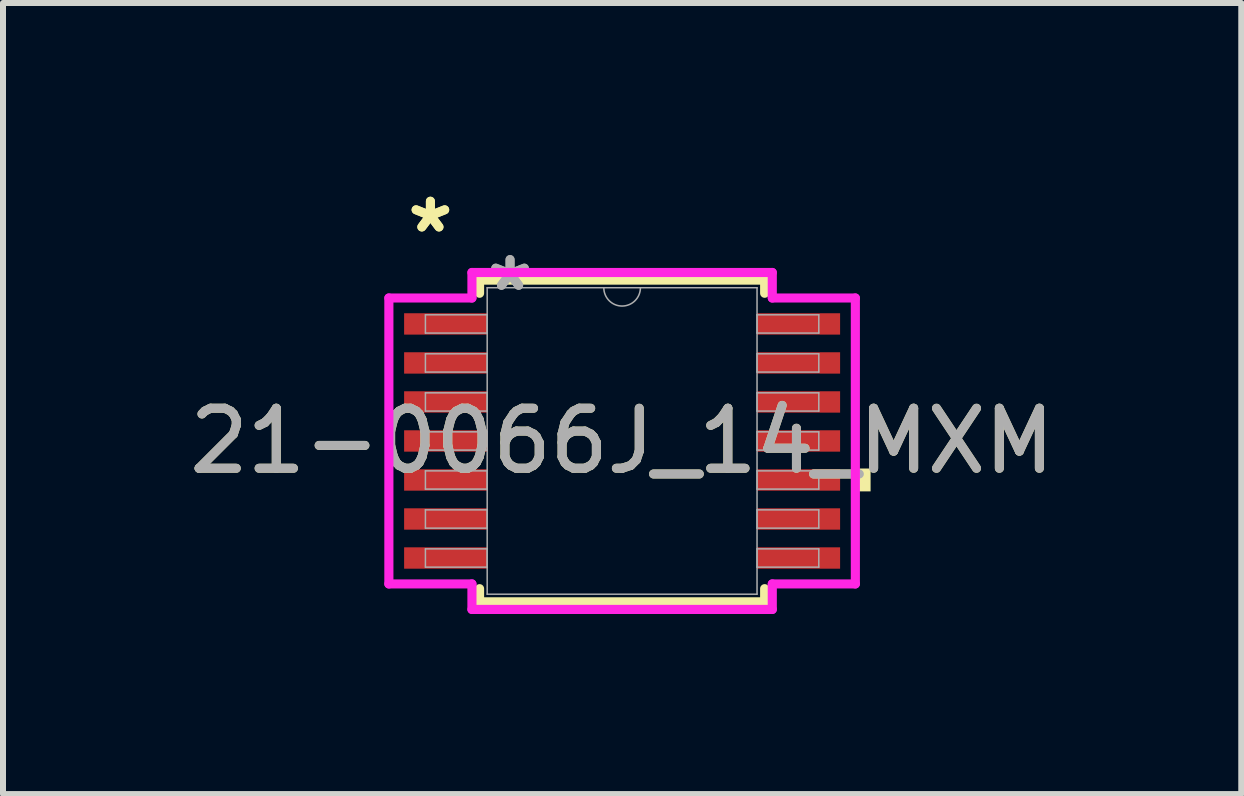
<source format=kicad_pcb>
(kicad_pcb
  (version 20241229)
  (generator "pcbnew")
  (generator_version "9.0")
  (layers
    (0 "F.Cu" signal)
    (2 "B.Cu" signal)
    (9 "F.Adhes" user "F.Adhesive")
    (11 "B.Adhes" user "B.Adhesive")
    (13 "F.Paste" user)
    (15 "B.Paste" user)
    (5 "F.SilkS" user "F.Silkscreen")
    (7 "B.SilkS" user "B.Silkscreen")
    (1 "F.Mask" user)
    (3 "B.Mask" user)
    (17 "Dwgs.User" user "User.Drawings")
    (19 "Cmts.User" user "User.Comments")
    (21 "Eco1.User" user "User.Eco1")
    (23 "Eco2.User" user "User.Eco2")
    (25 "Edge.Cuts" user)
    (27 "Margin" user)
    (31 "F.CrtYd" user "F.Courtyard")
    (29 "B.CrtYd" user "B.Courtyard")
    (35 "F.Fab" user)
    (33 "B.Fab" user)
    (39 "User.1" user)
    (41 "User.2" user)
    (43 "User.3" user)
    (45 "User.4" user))
  (footprint "21-0066J_14_MXM"
    (layer "F.Cu")
    (at 7.315 4.297)
    (property "Reference" "21-0066J_14_MXM" (at 0 0 0) (unlocked yes) (layer "F.SilkS") (effects (font (size 1 1) (thickness 0.15))))
    (attr smd)
    (fp_line (start -2.375 -2.68) (end -2.375 -2.461) (stroke (width 0.152) (type solid)) (layer "F.SilkS"))
    (fp_line (start -2.375 2.461) (end -2.375 2.68) (stroke (width 0.152) (type solid)) (layer "F.SilkS"))
    (fp_line (start -2.375 2.68) (end 2.375 2.68) (stroke (width 0.152) (type solid)) (layer "F.SilkS"))
    (fp_line (start 2.375 -2.68) (end -2.375 -2.68) (stroke (width 0.152) (type solid)) (layer "F.SilkS"))
    (fp_line (start 2.375 -2.461) (end 2.375 -2.68) (stroke (width 0.152) (type solid)) (layer "F.SilkS"))
    (fp_line (start 2.375 2.68) (end 2.375 2.461) (stroke (width 0.152) (type solid)) (layer "F.SilkS"))
    (fp_poly (pts (xy 4.14 0.459) (xy 4.14 0.84) (xy 3.886 0.84) (xy 3.886 0.459)) (stroke (width 0) (type solid)) (fill yes) (layer "F.SilkS"))
    (fp_line (start -3.886 -2.382) (end -2.502 -2.382) (stroke (width 0.152) (type solid)) (layer "F.CrtYd"))
    (fp_line (start -3.886 2.382) (end -3.886 -2.382) (stroke (width 0.152) (type solid)) (layer "F.CrtYd"))
    (fp_line (start -3.886 2.382) (end -2.502 2.382) (stroke (width 0.152) (type solid)) (layer "F.CrtYd"))
    (fp_line (start -2.502 -2.807) (end 2.502 -2.807) (stroke (width 0.152) (type solid)) (layer "F.CrtYd"))
    (fp_line (start -2.502 -2.382) (end -2.502 -2.807) (stroke (width 0.152) (type solid)) (layer "F.CrtYd"))
    (fp_line (start -2.502 2.807) (end -2.502 2.382) (stroke (width 0.152) (type solid)) (layer "F.CrtYd"))
    (fp_line (start 2.502 -2.807) (end 2.502 -2.382) (stroke (width 0.152) (type solid)) (layer "F.CrtYd"))
    (fp_line (start 2.502 2.382) (end 2.502 2.807) (stroke (width 0.152) (type solid)) (layer "F.CrtYd"))
    (fp_line (start 2.502 2.807) (end -2.502 2.807) (stroke (width 0.152) (type solid)) (layer "F.CrtYd"))
    (fp_line (start 3.886 -2.382) (end 2.502 -2.382) (stroke (width 0.152) (type solid)) (layer "F.CrtYd"))
    (fp_line (start 3.886 -2.382) (end 3.886 2.382) (stroke (width 0.152) (type solid)) (layer "F.CrtYd"))
    (fp_line (start 3.886 2.382) (end 2.502 2.382) (stroke (width 0.152) (type solid)) (layer "F.CrtYd"))
    (fp_line (start -3.277 -2.102) (end -3.277 -1.798) (stroke (width 0.025) (type solid)) (layer "F.Fab"))
    (fp_line (start -3.277 -1.798) (end -2.248 -1.798) (stroke (width 0.025) (type solid)) (layer "F.Fab"))
    (fp_line (start -3.277 -1.452) (end -3.277 -1.148) (stroke (width 0.025) (type solid)) (layer "F.Fab"))
    (fp_line (start -3.277 -1.148) (end -2.248 -1.148) (stroke (width 0.025) (type solid)) (layer "F.Fab"))
    (fp_line (start -3.277 -0.802) (end -3.277 -0.498) (stroke (width 0.025) (type solid)) (layer "F.Fab"))
    (fp_line (start -3.277 -0.498) (end -2.248 -0.498) (stroke (width 0.025) (type solid)) (layer "F.Fab"))
    (fp_line (start -3.277 -0.152) (end -3.277 0.152) (stroke (width 0.025) (type solid)) (layer "F.Fab"))
    (fp_line (start -3.277 0.152) (end -2.248 0.152) (stroke (width 0.025) (type solid)) (layer "F.Fab"))
    (fp_line (start -3.277 0.498) (end -3.277 0.802) (stroke (width 0.025) (type solid)) (layer "F.Fab"))
    (fp_line (start -3.277 0.802) (end -2.248 0.802) (stroke (width 0.025) (type solid)) (layer "F.Fab"))
    (fp_line (start -3.277 1.148) (end -3.277 1.452) (stroke (width 0.025) (type solid)) (layer "F.Fab"))
    (fp_line (start -3.277 1.452) (end -2.248 1.452) (stroke (width 0.025) (type solid)) (layer "F.Fab"))
    (fp_line (start -3.277 1.798) (end -3.277 2.102) (stroke (width 0.025) (type solid)) (layer "F.Fab"))
    (fp_line (start -3.277 2.102) (end -2.248 2.102) (stroke (width 0.025) (type solid)) (layer "F.Fab"))
    (fp_line (start -2.248 -2.553) (end -2.248 2.553) (stroke (width 0.025) (type solid)) (layer "F.Fab"))
    (fp_line (start -2.248 -2.102) (end -3.277 -2.102) (stroke (width 0.025) (type solid)) (layer "F.Fab"))
    (fp_line (start -2.248 -1.798) (end -2.248 -2.102) (stroke (width 0.025) (type solid)) (layer "F.Fab"))
    (fp_line (start -2.248 -1.452) (end -3.277 -1.452) (stroke (width 0.025) (type solid)) (layer "F.Fab"))
    (fp_line (start -2.248 -1.148) (end -2.248 -1.452) (stroke (width 0.025) (type solid)) (layer "F.Fab"))
    (fp_line (start -2.248 -0.802) (end -3.277 -0.802) (stroke (width 0.025) (type solid)) (layer "F.Fab"))
    (fp_line (start -2.248 -0.498) (end -2.248 -0.802) (stroke (width 0.025) (type solid)) (layer "F.Fab"))
    (fp_line (start -2.248 -0.152) (end -3.277 -0.152) (stroke (width 0.025) (type solid)) (layer "F.Fab"))
    (fp_line (start -2.248 0.152) (end -2.248 -0.152) (stroke (width 0.025) (type solid)) (layer "F.Fab"))
    (fp_line (start -2.248 0.498) (end -3.277 0.498) (stroke (width 0.025) (type solid)) (layer "F.Fab"))
    (fp_line (start -2.248 0.802) (end -2.248 0.498) (stroke (width 0.025) (type solid)) (layer "F.Fab"))
    (fp_line (start -2.248 1.148) (end -3.277 1.148) (stroke (width 0.025) (type solid)) (layer "F.Fab"))
    (fp_line (start -2.248 1.452) (end -2.248 1.148) (stroke (width 0.025) (type solid)) (layer "F.Fab"))
    (fp_line (start -2.248 1.798) (end -3.277 1.798) (stroke (width 0.025) (type solid)) (layer "F.Fab"))
    (fp_line (start -2.248 2.102) (end -2.248 1.798) (stroke (width 0.025) (type solid)) (layer "F.Fab"))
    (fp_line (start -2.248 2.553) (end 2.248 2.553) (stroke (width 0.025) (type solid)) (layer "F.Fab"))
    (fp_line (start 2.248 -2.553) (end -2.248 -2.553) (stroke (width 0.025) (type solid)) (layer "F.Fab"))
    (fp_line (start 2.248 -2.102) (end 2.248 -1.798) (stroke (width 0.025) (type solid)) (layer "F.Fab"))
    (fp_line (start 2.248 -1.798) (end 3.277 -1.798) (stroke (width 0.025) (type solid)) (layer "F.Fab"))
    (fp_line (start 2.248 -1.452) (end 2.248 -1.148) (stroke (width 0.025) (type solid)) (layer "F.Fab"))
    (fp_line (start 2.248 -1.148) (end 3.277 -1.148) (stroke (width 0.025) (type solid)) (layer "F.Fab"))
    (fp_line (start 2.248 -0.802) (end 2.248 -0.498) (stroke (width 0.025) (type solid)) (layer "F.Fab"))
    (fp_line (start 2.248 -0.498) (end 3.277 -0.498) (stroke (width 0.025) (type solid)) (layer "F.Fab"))
    (fp_line (start 2.248 -0.152) (end 2.248 0.152) (stroke (width 0.025) (type solid)) (layer "F.Fab"))
    (fp_line (start 2.248 0.152) (end 3.277 0.152) (stroke (width 0.025) (type solid)) (layer "F.Fab"))
    (fp_line (start 2.248 0.498) (end 2.248 0.802) (stroke (width 0.025) (type solid)) (layer "F.Fab"))
    (fp_line (start 2.248 0.802) (end 3.277 0.802) (stroke (width 0.025) (type solid)) (layer "F.Fab"))
    (fp_line (start 2.248 1.148) (end 2.248 1.452) (stroke (width 0.025) (type solid)) (layer "F.Fab"))
    (fp_line (start 2.248 1.452) (end 3.277 1.452) (stroke (width 0.025) (type solid)) (layer "F.Fab"))
    (fp_line (start 2.248 1.798) (end 2.248 2.102) (stroke (width 0.025) (type solid)) (layer "F.Fab"))
    (fp_line (start 2.248 2.102) (end 3.277 2.102) (stroke (width 0.025) (type solid)) (layer "F.Fab"))
    (fp_line (start 2.248 2.553) (end 2.248 -2.553) (stroke (width 0.025) (type solid)) (layer "F.Fab"))
    (fp_line (start 3.277 -2.102) (end 2.248 -2.102) (stroke (width 0.025) (type solid)) (layer "F.Fab"))
    (fp_line (start 3.277 -1.798) (end 3.277 -2.102) (stroke (width 0.025) (type solid)) (layer "F.Fab"))
    (fp_line (start 3.277 -1.452) (end 2.248 -1.452) (stroke (width 0.025) (type solid)) (layer "F.Fab"))
    (fp_line (start 3.277 -1.148) (end 3.277 -1.452) (stroke (width 0.025) (type solid)) (layer "F.Fab"))
    (fp_line (start 3.277 -0.802) (end 2.248 -0.802) (stroke (width 0.025) (type solid)) (layer "F.Fab"))
    (fp_line (start 3.277 -0.498) (end 3.277 -0.802) (stroke (width 0.025) (type solid)) (layer "F.Fab"))
    (fp_line (start 3.277 -0.152) (end 2.248 -0.152) (stroke (width 0.025) (type solid)) (layer "F.Fab"))
    (fp_line (start 3.277 0.152) (end 3.277 -0.152) (stroke (width 0.025) (type solid)) (layer "F.Fab"))
    (fp_line (start 3.277 0.498) (end 2.248 0.498) (stroke (width 0.025) (type solid)) (layer "F.Fab"))
    (fp_line (start 3.277 0.802) (end 3.277 0.498) (stroke (width 0.025) (type solid)) (layer "F.Fab"))
    (fp_line (start 3.277 1.148) (end 2.248 1.148) (stroke (width 0.025) (type solid)) (layer "F.Fab"))
    (fp_line (start 3.277 1.452) (end 3.277 1.148) (stroke (width 0.025) (type solid)) (layer "F.Fab"))
    (fp_line (start 3.277 1.798) (end 2.248 1.798) (stroke (width 0.025) (type solid)) (layer "F.Fab"))
    (fp_line (start 3.277 2.102) (end 3.277 1.798) (stroke (width 0.025) (type solid)) (layer "F.Fab"))
    (fp_arc (start 0.3048 -2.5527) (mid 0 -2.2479) (end -0.3048 -2.5527) (stroke (width 0.0254) (type solid)) (layer "F.Fab"))
    (fp_text user "*" (at -3.194 -3.449 0) (unlocked yes) (layer "F.SilkS") (effects (font (size 1 1) (thickness 0.15))))
    (fp_text user "*" (at -3.194 -3.449 0) (layer "F.SilkS") (effects (font (size 1 1) (thickness 0.15))))
    (fp_text user "*" (at -1.867 -2.477 0) (unlocked yes) (layer "F.Fab") (effects (font (size 1 1) (thickness 0.15))))
    (fp_text user "*" (at -1.867 -2.477 0) (layer "F.Fab") (effects (font (size 1 1) (thickness 0.15))))
    (fp_text user "${REFERENCE}" (at 0 0 0) (unlocked yes) (layer "F.Fab") (effects (font (size 1 1) (thickness 0.15))))
    (pad "1" smd rect (at -2.94 -1.95) (size 1.384 0.356) (layers "F.Cu" "F.Mask" "F.Paste"))
    (pad "2" smd rect (at -2.94 -1.3) (size 1.384 0.356) (layers "F.Cu" "F.Mask" "F.Paste"))
    (pad "3" smd rect (at -2.94 -0.65) (size 1.384 0.356) (layers "F.Cu" "F.Mask" "F.Paste"))
    (pad "4" smd rect (at -2.94 0) (size 1.384 0.356) (layers "F.Cu" "F.Mask" "F.Paste"))
    (pad "5" smd rect (at -2.94 0.65) (size 1.384 0.356) (layers "F.Cu" "F.Mask" "F.Paste"))
    (pad "6" smd rect (at -2.94 1.3) (size 1.384 0.356) (layers "F.Cu" "F.Mask" "F.Paste"))
    (pad "7" smd rect (at -2.94 1.95) (size 1.384 0.356) (layers "F.Cu" "F.Mask" "F.Paste"))
    (pad "8" smd rect (at 2.94 1.95) (size 1.384 0.356) (layers "F.Cu" "F.Mask" "F.Paste"))
    (pad "9" smd rect (at 2.94 1.3) (size 1.384 0.356) (layers "F.Cu" "F.Mask" "F.Paste"))
    (pad "10" smd rect (at 2.94 0.65) (size 1.384 0.356) (layers "F.Cu" "F.Mask" "F.Paste"))
    (pad "11" smd rect (at 2.94 0) (size 1.384 0.356) (layers "F.Cu" "F.Mask" "F.Paste"))
    (pad "12" smd rect (at 2.94 -0.65) (size 1.384 0.356) (layers "F.Cu" "F.Mask" "F.Paste"))
    (pad "13" smd rect (at 2.94 -1.3) (size 1.384 0.356) (layers "F.Cu" "F.Mask" "F.Paste"))
    (pad "14" smd rect (at 2.94 -1.95) (size 1.384 0.356) (layers "F.Cu" "F.Mask" "F.Paste")))
  (gr_rect
    (start -3 -3)
    (end 17.631 10.18)
    (stroke (width 0.1) (type default))
    (fill no)
    (layer "Edge.Cuts")))
</source>
